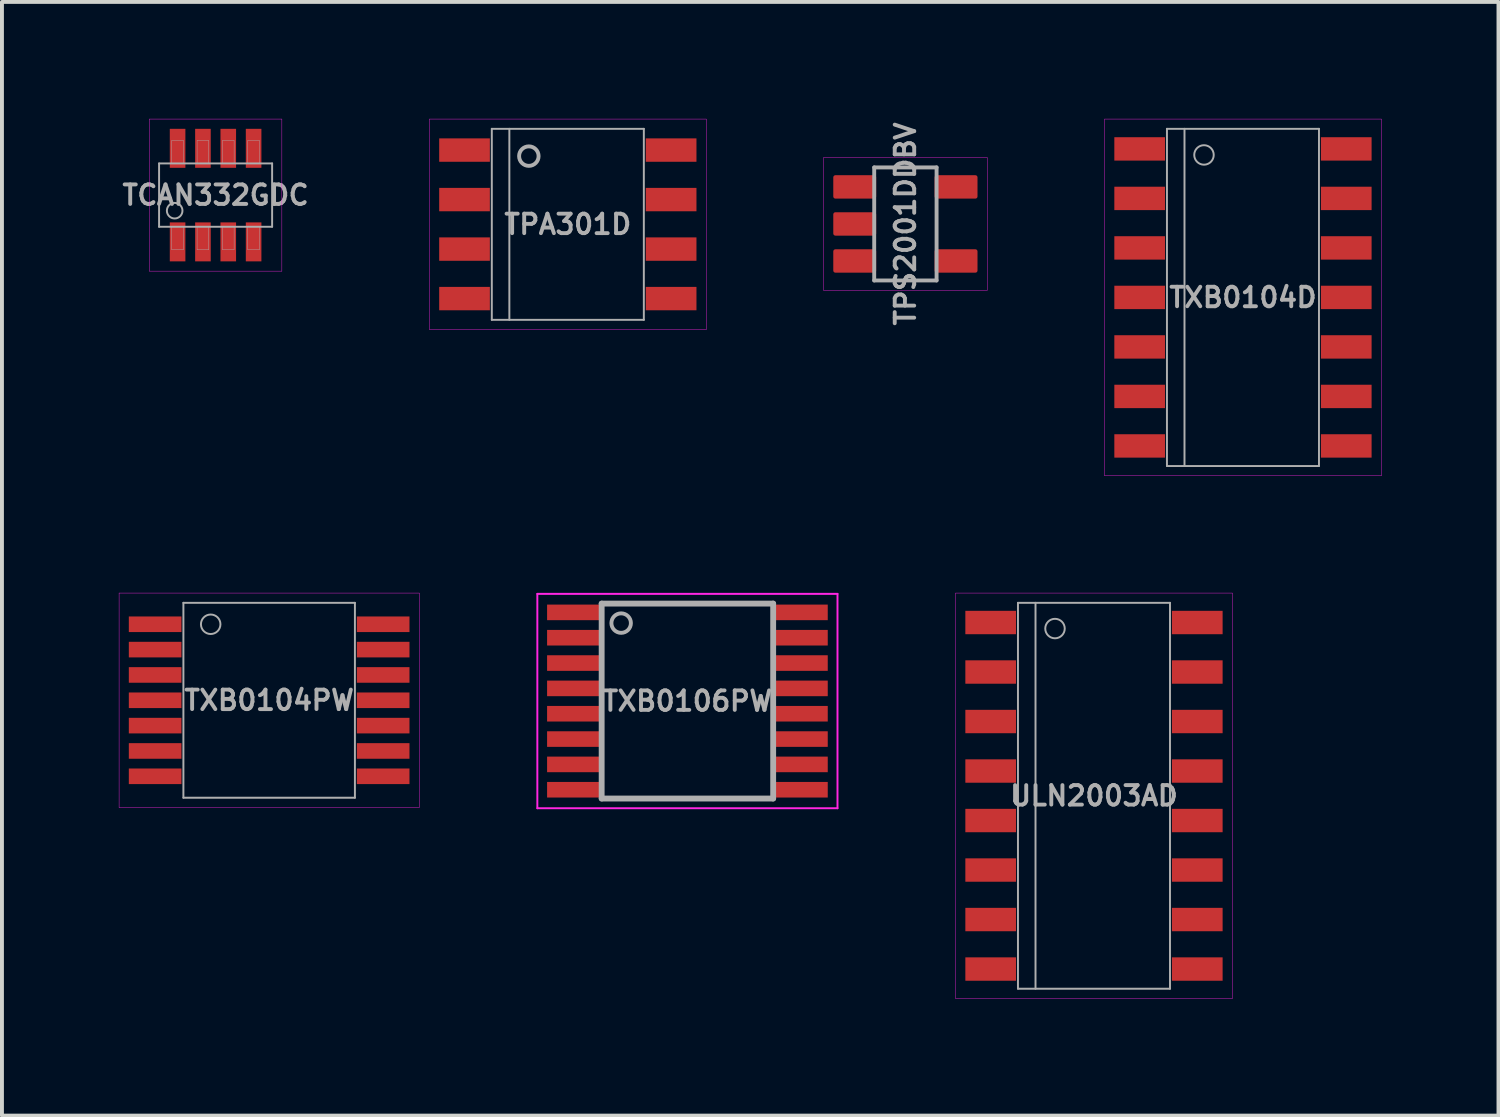
<source format=kicad_pcb>
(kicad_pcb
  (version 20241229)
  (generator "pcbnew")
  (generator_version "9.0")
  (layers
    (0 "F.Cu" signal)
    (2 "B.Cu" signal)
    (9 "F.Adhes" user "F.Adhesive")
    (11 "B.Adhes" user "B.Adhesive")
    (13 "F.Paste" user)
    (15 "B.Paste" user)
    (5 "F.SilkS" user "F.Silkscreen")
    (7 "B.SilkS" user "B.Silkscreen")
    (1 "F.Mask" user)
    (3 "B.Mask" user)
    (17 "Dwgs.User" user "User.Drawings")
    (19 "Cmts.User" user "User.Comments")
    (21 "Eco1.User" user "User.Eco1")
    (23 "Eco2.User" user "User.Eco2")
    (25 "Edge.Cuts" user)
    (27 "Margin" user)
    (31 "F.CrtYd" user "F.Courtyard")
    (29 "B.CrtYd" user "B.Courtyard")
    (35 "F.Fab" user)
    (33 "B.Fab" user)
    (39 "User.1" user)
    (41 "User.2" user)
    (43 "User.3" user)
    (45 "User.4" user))
  (footprint "TXB0106PW"
    (layer "F.Cu")
    (at 14.585 14.935)
    (property "Reference" "TXB0106PW" (at 0 0 0) (layer "F.Fab") (effects (font (size 0.5 0.5) (thickness 0.1))))
    (attr smd)
    (fp_line (start -3.85 -2.75) (end -3.85 2.75) (stroke (width 0.05) (type solid)) (layer "F.CrtYd"))
    (fp_line (start -3.85 -2.75) (end 3.85 -2.75) (stroke (width 0.05) (type solid)) (layer "F.CrtYd"))
    (fp_line (start -3.85 2.75) (end 3.85 2.75) (stroke (width 0.05) (type solid)) (layer "F.CrtYd"))
    (fp_line (start 3.85 -2.75) (end 3.85 2.75) (stroke (width 0.05) (type solid)) (layer "F.CrtYd"))
    (fp_line (start -2.2 -2.5) (end 2.2 -2.5) (stroke (width 0.15) (type solid)) (layer "F.Fab"))
    (fp_line (start -2.2 2.5) (end -2.2 -2.5) (stroke (width 0.15) (type solid)) (layer "F.Fab"))
    (fp_line (start 2.2 -2.5) (end 2.2 2.5) (stroke (width 0.15) (type solid)) (layer "F.Fab"))
    (fp_line (start 2.2 2.5) (end -2.2 2.5) (stroke (width 0.15) (type solid)) (layer "F.Fab"))
    (fp_circle (center -1.7 -2) (end -1.45 -2) (stroke (width 0.1) (type solid)) (fill no) (layer "F.Fab"))
    (pad "1" smd rect (at -2.925 -2.275) (size 1.35 0.4) (layers "F.Cu" "F.Mask" "F.Paste"))
    (pad "2" smd rect (at -2.925 -1.625) (size 1.35 0.4) (layers "F.Cu" "F.Mask" "F.Paste"))
    (pad "3" smd rect (at -2.925 -0.975) (size 1.35 0.4) (layers "F.Cu" "F.Mask" "F.Paste"))
    (pad "4" smd rect (at -2.925 -0.325) (size 1.35 0.4) (layers "F.Cu" "F.Mask" "F.Paste"))
    (pad "5" smd rect (at -2.925 0.325) (size 1.35 0.4) (layers "F.Cu" "F.Mask" "F.Paste"))
    (pad "6" smd rect (at -2.925 0.975) (size 1.35 0.4) (layers "F.Cu" "F.Mask" "F.Paste"))
    (pad "7" smd rect (at -2.925 1.625) (size 1.35 0.4) (layers "F.Cu" "F.Mask" "F.Paste"))
    (pad "8" smd rect (at -2.925 2.275) (size 1.35 0.4) (layers "F.Cu" "F.Mask" "F.Paste"))
    (pad "9" smd rect (at 2.925 2.275) (size 1.35 0.4) (layers "F.Cu" "F.Mask" "F.Paste"))
    (pad "10" smd rect (at 2.925 1.625) (size 1.35 0.4) (layers "F.Cu" "F.Mask" "F.Paste"))
    (pad "11" smd rect (at 2.925 0.975) (size 1.35 0.4) (layers "F.Cu" "F.Mask" "F.Paste"))
    (pad "12" smd rect (at 2.925 0.325) (size 1.35 0.4) (layers "F.Cu" "F.Mask" "F.Paste"))
    (pad "13" smd rect (at 2.925 -0.325) (size 1.35 0.4) (layers "F.Cu" "F.Mask" "F.Paste"))
    (pad "14" smd rect (at 2.925 -0.975) (size 1.35 0.4) (layers "F.Cu" "F.Mask" "F.Paste"))
    (pad "15" smd rect (at 2.925 -1.625) (size 1.35 0.4) (layers "F.Cu" "F.Mask" "F.Paste"))
    (pad "16" smd rect (at 2.925 -2.275) (size 1.35 0.4) (layers "F.Cu" "F.Mask" "F.Paste")))
  (footprint "TXB0104D"
    (layer "F.Cu")
    (at 28.837 4.58)
    (property "Reference" "TXB0104D" (at 0 0 0) (layer "F.Fab") (effects (font (size 0.5 0.5) (thickness 0.1))))
    (attr through_hole)
    (fp_line (start -3.55 -4.575) (end 3.55 -4.575) (stroke (width 0.01) (type solid)) (layer "F.CrtYd"))
    (fp_line (start -3.55 4.575) (end -3.55 -4.575) (stroke (width 0.01) (type solid)) (layer "F.CrtYd"))
    (fp_line (start 3.55 -4.575) (end 3.55 4.575) (stroke (width 0.01) (type solid)) (layer "F.CrtYd"))
    (fp_line (start 3.55 4.575) (end -3.55 4.575) (stroke (width 0.01) (type solid)) (layer "F.CrtYd"))
    (fp_line (start -1.95 -4.325) (end 1.95 -4.325) (stroke (width 0.05) (type solid)) (layer "F.Fab"))
    (fp_line (start -1.95 4.325) (end -1.95 -4.325) (stroke (width 0.05) (type solid)) (layer "F.Fab"))
    (fp_line (start -1.5 -4.325) (end -1.5 4.325) (stroke (width 0.05) (type solid)) (layer "F.Fab"))
    (fp_line (start 1.95 -4.325) (end 1.95 4.325) (stroke (width 0.05) (type solid)) (layer "F.Fab"))
    (fp_line (start 1.95 4.325) (end -1.95 4.325) (stroke (width 0.05) (type solid)) (layer "F.Fab"))
    (fp_circle (center -1 -3.655) (end -0.75 -3.655) (stroke (width 0.05) (type solid)) (fill no) (layer "F.Fab"))
    (pad "1" smd rect (at -2.65 -3.81) (size 1.3 0.6) (layers "F.Cu" "F.Mask" "F.Paste"))
    (pad "2" smd rect (at -2.65 -2.54) (size 1.3 0.6) (layers "F.Cu" "F.Mask" "F.Paste"))
    (pad "3" smd rect (at -2.65 -1.27) (size 1.3 0.6) (layers "F.Cu" "F.Mask" "F.Paste"))
    (pad "4" smd rect (at -2.65 0) (size 1.3 0.6) (layers "F.Cu" "F.Mask" "F.Paste"))
    (pad "5" smd rect (at -2.65 1.27) (size 1.3 0.6) (layers "F.Cu" "F.Mask" "F.Paste"))
    (pad "6" smd rect (at -2.65 2.54) (size 1.3 0.6) (layers "F.Cu" "F.Mask" "F.Paste"))
    (pad "7" smd rect (at -2.65 3.81) (size 1.3 0.6) (layers "F.Cu" "F.Mask" "F.Paste"))
    (pad "8" smd rect (at 2.65 3.81) (size 1.3 0.6) (layers "F.Cu" "F.Mask" "F.Paste"))
    (pad "9" smd rect (at 2.65 2.54) (size 1.3 0.6) (layers "F.Cu" "F.Mask" "F.Paste"))
    (pad "10" smd rect (at 2.65 1.27) (size 1.3 0.6) (layers "F.Cu" "F.Mask" "F.Paste"))
    (pad "11" smd rect (at 2.65 0) (size 1.3 0.6) (layers "F.Cu" "F.Mask" "F.Paste"))
    (pad "12" smd rect (at 2.65 -1.27) (size 1.3 0.6) (layers "F.Cu" "F.Mask" "F.Paste"))
    (pad "13" smd rect (at 2.65 -2.54) (size 1.3 0.6) (layers "F.Cu" "F.Mask" "F.Paste"))
    (pad "14" smd rect (at 2.65 -3.81) (size 1.3 0.6) (layers "F.Cu" "F.Mask" "F.Paste")))
  (footprint "TXB0104PW"
    (layer "F.Cu")
    (at 3.855 14.915)
    (property "Reference" "TXB0104PW" (at 0 0 0) (layer "F.Fab") (effects (font (size 0.5 0.5) (thickness 0.1))))
    (attr smd)
    (fp_line (start -3.85 -2.75) (end -3.85 2.75) (stroke (width 0.01) (type solid)) (layer "F.CrtYd"))
    (fp_line (start -3.85 -2.75) (end 3.85 -2.75) (stroke (width 0.01) (type solid)) (layer "F.CrtYd"))
    (fp_line (start -3.85 2.75) (end 3.85 2.75) (stroke (width 0.01) (type solid)) (layer "F.CrtYd"))
    (fp_line (start 3.85 -2.75) (end 3.85 2.75) (stroke (width 0.01) (type solid)) (layer "F.CrtYd"))
    (fp_line (start -2.2 -2.5) (end 2.2 -2.5) (stroke (width 0.05) (type solid)) (layer "F.Fab"))
    (fp_line (start -2.2 2.5) (end -2.2 -2.5) (stroke (width 0.05) (type solid)) (layer "F.Fab"))
    (fp_line (start 2.2 -2.5) (end 2.2 2.5) (stroke (width 0.05) (type solid)) (layer "F.Fab"))
    (fp_line (start 2.2 2.5) (end -2.2 2.5) (stroke (width 0.05) (type solid)) (layer "F.Fab"))
    (fp_circle (center -1.5 -1.95) (end -1.25 -1.95) (stroke (width 0.05) (type solid)) (fill no) (layer "F.Fab"))
    (pad "1" smd rect (at -2.925 -1.95) (size 1.35 0.4) (layers "F.Cu" "F.Mask" "F.Paste"))
    (pad "2" smd rect (at -2.925 -1.3) (size 1.35 0.4) (layers "F.Cu" "F.Mask" "F.Paste"))
    (pad "3" smd rect (at -2.925 -0.65) (size 1.35 0.4) (layers "F.Cu" "F.Mask" "F.Paste"))
    (pad "4" smd rect (at -2.925 0) (size 1.35 0.4) (layers "F.Cu" "F.Mask" "F.Paste"))
    (pad "5" smd rect (at -2.925 0.65) (size 1.35 0.4) (layers "F.Cu" "F.Mask" "F.Paste"))
    (pad "6" smd rect (at -2.925 1.3) (size 1.35 0.4) (layers "F.Cu" "F.Mask" "F.Paste"))
    (pad "7" smd rect (at -2.925 1.95) (size 1.35 0.4) (layers "F.Cu" "F.Mask" "F.Paste"))
    (pad "8" smd rect (at 2.925 1.95) (size 1.35 0.4) (layers "F.Cu" "F.Mask" "F.Paste"))
    (pad "9" smd rect (at 2.925 1.3) (size 1.35 0.4) (layers "F.Cu" "F.Mask" "F.Paste"))
    (pad "10" smd rect (at 2.925 0.65) (size 1.35 0.4) (layers "F.Cu" "F.Mask" "F.Paste"))
    (pad "11" smd rect (at 2.925 0) (size 1.35 0.4) (layers "F.Cu" "F.Mask" "F.Paste"))
    (pad "12" smd rect (at 2.925 -0.65) (size 1.35 0.4) (layers "F.Cu" "F.Mask" "F.Paste"))
    (pad "13" smd rect (at 2.925 -1.3) (size 1.35 0.4) (layers "F.Cu" "F.Mask" "F.Paste"))
    (pad "14" smd rect (at 2.925 -1.95) (size 1.35 0.4) (layers "F.Cu" "F.Mask" "F.Paste")))
  (footprint "TPA301D"
    (layer "F.Cu")
    (at 11.517 2.705)
    (property "Reference" "TPA301D" (at 0 0 0) (layer "F.Fab") (effects (font (size 0.5 0.5) (thickness 0.1))))
    (attr smd)
    (fp_line (start -3.55 -2.7) (end 3.55 -2.7) (stroke (width 0.01) (type solid)) (layer "F.CrtYd"))
    (fp_line (start -3.55 2.7) (end -3.55 -2.7) (stroke (width 0.01) (type solid)) (layer "F.CrtYd"))
    (fp_line (start 3.55 -2.7) (end 3.55 2.7) (stroke (width 0.01) (type solid)) (layer "F.CrtYd"))
    (fp_line (start 3.55 2.7) (end -3.55 2.7) (stroke (width 0.01) (type solid)) (layer "F.CrtYd"))
    (fp_line (start -1.95 -2.45) (end 1.95 -2.45) (stroke (width 0.05) (type solid)) (layer "F.Fab"))
    (fp_line (start -1.95 2.45) (end -1.95 -2.45) (stroke (width 0.05) (type solid)) (layer "F.Fab"))
    (fp_line (start -1.5 -2.45) (end -1.5 2.45) (stroke (width 0.05) (type solid)) (layer "F.Fab"))
    (fp_line (start 1.95 -2.45) (end 1.95 2.45) (stroke (width 0.05) (type solid)) (layer "F.Fab"))
    (fp_line (start 1.95 2.45) (end -1.95 2.45) (stroke (width 0.05) (type solid)) (layer "F.Fab"))
    (fp_circle (center -1 -1.75) (end -1 -1.5) (stroke (width 0.1) (type solid)) (fill no) (layer "F.Fab"))
    (pad "1" smd rect (at -2.65 -1.905) (size 1.3 0.6) (layers "F.Cu" "F.Mask" "F.Paste"))
    (pad "2" smd rect (at -2.65 -0.635) (size 1.3 0.6) (layers "F.Cu" "F.Mask" "F.Paste"))
    (pad "3" smd rect (at -2.65 0.635) (size 1.3 0.6) (layers "F.Cu" "F.Mask" "F.Paste"))
    (pad "4" smd rect (at -2.65 1.905) (size 1.3 0.6) (layers "F.Cu" "F.Mask" "F.Paste"))
    (pad "5" smd rect (at 2.65 1.905) (size 1.3 0.6) (layers "F.Cu" "F.Mask" "F.Paste"))
    (pad "6" smd rect (at 2.65 0.635) (size 1.3 0.6) (layers "F.Cu" "F.Mask" "F.Paste"))
    (pad "7" smd rect (at 2.65 -0.635) (size 1.3 0.6) (layers "F.Cu" "F.Mask" "F.Paste"))
    (pad "8" smd rect (at 2.65 -1.905) (size 1.3 0.6) (layers "F.Cu" "F.Mask" "F.Paste")))
  (footprint "ULN2003AD"
    (layer "F.Cu")
    (at 25.015 17.365)
    (property "Reference" "ULN2003AD" (at 0 0 0) (layer "F.Fab") (effects (font (size 0.5 0.5) (thickness 0.1))))
    (attr smd)
    (fp_line (start -3.55 -5.2) (end 3.55 -5.2) (stroke (width 0.01) (type solid)) (layer "F.CrtYd"))
    (fp_line (start -3.55 5.2) (end -3.55 -5.2) (stroke (width 0.01) (type solid)) (layer "F.CrtYd"))
    (fp_line (start 3.55 -5.2) (end 3.55 5.2) (stroke (width 0.01) (type solid)) (layer "F.CrtYd"))
    (fp_line (start 3.55 5.2) (end -3.55 5.2) (stroke (width 0.01) (type solid)) (layer "F.CrtYd"))
    (fp_line (start -1.95 -4.95) (end 1.95 -4.95) (stroke (width 0.05) (type solid)) (layer "F.Fab"))
    (fp_line (start -1.95 4.95) (end -1.95 -4.95) (stroke (width 0.05) (type solid)) (layer "F.Fab"))
    (fp_line (start -1.5 -4.95) (end -1.5 4.95) (stroke (width 0.05) (type solid)) (layer "F.Fab"))
    (fp_line (start 1.95 -4.95) (end 1.95 4.95) (stroke (width 0.05) (type solid)) (layer "F.Fab"))
    (fp_line (start 1.95 4.95) (end -1.95 4.95) (stroke (width 0.05) (type solid)) (layer "F.Fab"))
    (fp_circle (center -1 -4.29) (end -0.75 -4.29) (stroke (width 0.05) (type solid)) (fill no) (layer "F.Fab"))
    (pad "1" smd rect (at -2.65 -4.445) (size 1.3 0.6) (layers "F.Cu" "F.Mask" "F.Paste"))
    (pad "2" smd rect (at -2.65 -3.175) (size 1.3 0.6) (layers "F.Cu" "F.Mask" "F.Paste"))
    (pad "3" smd rect (at -2.65 -1.905) (size 1.3 0.6) (layers "F.Cu" "F.Mask" "F.Paste"))
    (pad "4" smd rect (at -2.65 -0.635) (size 1.3 0.6) (layers "F.Cu" "F.Mask" "F.Paste"))
    (pad "5" smd rect (at -2.65 0.635) (size 1.3 0.6) (layers "F.Cu" "F.Mask" "F.Paste"))
    (pad "6" smd rect (at -2.65 1.905) (size 1.3 0.6) (layers "F.Cu" "F.Mask" "F.Paste"))
    (pad "7" smd rect (at -2.65 3.175) (size 1.3 0.6) (layers "F.Cu" "F.Mask" "F.Paste"))
    (pad "8" smd rect (at -2.65 4.445) (size 1.3 0.6) (layers "F.Cu" "F.Mask" "F.Paste"))
    (pad "9" smd rect (at 2.65 4.445) (size 1.3 0.6) (layers "F.Cu" "F.Mask" "F.Paste"))
    (pad "10" smd rect (at 2.65 3.175) (size 1.3 0.6) (layers "F.Cu" "F.Mask" "F.Paste"))
    (pad "11" smd rect (at 2.65 1.905) (size 1.3 0.6) (layers "F.Cu" "F.Mask" "F.Paste"))
    (pad "12" smd rect (at 2.65 0.635) (size 1.3 0.6) (layers "F.Cu" "F.Mask" "F.Paste"))
    (pad "13" smd rect (at 2.65 -0.635) (size 1.3 0.6) (layers "F.Cu" "F.Mask" "F.Paste"))
    (pad "14" smd rect (at 2.65 -1.905) (size 1.3 0.6) (layers "F.Cu" "F.Mask" "F.Paste"))
    (pad "15" smd rect (at 2.65 -3.175) (size 1.3 0.6) (layers "F.Cu" "F.Mask" "F.Paste"))
    (pad "16" smd rect (at 2.65 -4.445) (size 1.3 0.6) (layers "F.Cu" "F.Mask" "F.Paste")))
  (footprint "TPS2001DDBV"
    (layer "F.Cu")
    (at 20.177 2.695)
    (property "Reference" "TPS2001DDBV" (at 0 0 90) (layer "F.Fab") (effects (font (size 0.5 0.5) (thickness 0.1))))
    (attr smd)
    (fp_line (start -2.1 -1.7) (end 2.1 -1.7) (stroke (width 0.01) (type solid)) (layer "F.CrtYd"))
    (fp_line (start -2.1 1.7) (end -2.1 -1.7) (stroke (width 0.01) (type solid)) (layer "F.CrtYd"))
    (fp_line (start 2.1 -1.7) (end 2.1 1.7) (stroke (width 0.01) (type solid)) (layer "F.CrtYd"))
    (fp_line (start 2.1 1.7) (end -2.1 1.7) (stroke (width 0.01) (type solid)) (layer "F.CrtYd"))
    (fp_line (start -0.8 -1.45) (end -0.8 1.45) (stroke (width 0.1) (type solid)) (layer "F.Fab"))
    (fp_line (start 0.8 -1.45) (end -0.8 -1.45) (stroke (width 0.1) (type solid)) (layer "F.Fab"))
    (fp_line (start 0.8 -1.45) (end 0.8 1.45) (stroke (width 0.1) (type solid)) (layer "F.Fab"))
    (fp_line (start 0.8 1.45) (end -0.8 1.45) (stroke (width 0.1) (type solid)) (layer "F.Fab"))
    (pad "1" smd roundrect (at -1.3 -0.95) (size 1.1 0.6) (layers "F.Cu" "F.Mask" "F.Paste") (roundrect_rratio 0.09))
    (pad "2" smd roundrect (at -1.3 0) (size 1.1 0.6) (layers "F.Cu" "F.Mask" "F.Paste") (roundrect_rratio 0.09))
    (pad "3" smd roundrect (at -1.3 0.95) (size 1.1 0.6) (layers "F.Cu" "F.Mask" "F.Paste") (roundrect_rratio 0.09))
    (pad "4" smd roundrect (at 1.3 0.95) (size 1.1 0.6) (layers "F.Cu" "F.Mask" "F.Paste") (roundrect_rratio 0.09))
    (pad "5" smd roundrect (at 1.3 -0.95) (size 1.1 0.6) (layers "F.Cu" "F.Mask" "F.Paste") (roundrect_rratio 0.09)))
  (footprint "TCAN332GDC"
    (layer "F.Cu")
    (at 2.481 1.955)
    (property "Reference" "TCAN332GDC" (at 0 0 180) (layer "F.Fab") (effects (font (size 0.5 0.5) (thickness 0.1))))
    (attr smd)
    (fp_line (start -1.7 -1.95) (end -1.7 1.95) (stroke (width 0.01) (type solid)) (layer "F.CrtYd"))
    (fp_line (start -1.7 1.95) (end 1.7 1.95) (stroke (width 0.01) (type solid)) (layer "F.CrtYd"))
    (fp_line (start 1.7 -1.95) (end -1.7 -1.95) (stroke (width 0.01) (type solid)) (layer "F.CrtYd"))
    (fp_line (start 1.7 1.95) (end 1.7 -1.95) (stroke (width 0.01) (type solid)) (layer "F.CrtYd"))
    (fp_line (start -1.45 -0.812) (end -1.45 0.812) (stroke (width 0.05) (type solid)) (layer "F.Fab"))
    (fp_line (start -1.45 -0.812) (end 1.45 -0.812) (stroke (width 0.05) (type solid)) (layer "F.Fab"))
    (fp_line (start -1.45 0.812) (end 1.45 0.812) (stroke (width 0.05) (type solid)) (layer "F.Fab"))
    (fp_line (start -1.125 -1.4) (end -1.125 -0.8) (stroke (width 0.01) (type solid)) (layer "F.Fab"))
    (fp_line (start -1.125 0.8) (end -1.125 1.4) (stroke (width 0.01) (type solid)) (layer "F.Fab"))
    (fp_line (start -1.125 1.4) (end -0.825 1.4) (stroke (width 0.01) (type solid)) (layer "F.Fab"))
    (fp_line (start -0.825 -1.4) (end -1.125 -1.4) (stroke (width 0.01) (type solid)) (layer "F.Fab"))
    (fp_line (start -0.825 -0.8) (end -0.825 -1.4) (stroke (width 0.01) (type solid)) (layer "F.Fab"))
    (fp_line (start -0.825 1.4) (end -0.825 0.8) (stroke (width 0.01) (type solid)) (layer "F.Fab"))
    (fp_line (start -0.475 -1.4) (end -0.475 -0.8) (stroke (width 0.01) (type solid)) (layer "F.Fab"))
    (fp_line (start -0.475 0.8) (end -0.475 1.4) (stroke (width 0.01) (type solid)) (layer "F.Fab"))
    (fp_line (start -0.475 1.4) (end -0.175 1.4) (stroke (width 0.01) (type solid)) (layer "F.Fab"))
    (fp_line (start -0.175 -1.4) (end -0.475 -1.4) (stroke (width 0.01) (type solid)) (layer "F.Fab"))
    (fp_line (start -0.175 -0.8) (end -0.175 -1.4) (stroke (width 0.01) (type solid)) (layer "F.Fab"))
    (fp_line (start -0.175 1.4) (end -0.175 0.8) (stroke (width 0.01) (type solid)) (layer "F.Fab"))
    (fp_line (start 0.175 -1.4) (end 0.175 -0.8) (stroke (width 0.01) (type solid)) (layer "F.Fab"))
    (fp_line (start 0.175 0.8) (end 0.175 1.4) (stroke (width 0.01) (type solid)) (layer "F.Fab"))
    (fp_line (start 0.175 1.4) (end 0.475 1.4) (stroke (width 0.01) (type solid)) (layer "F.Fab"))
    (fp_line (start 0.475 -1.4) (end 0.175 -1.4) (stroke (width 0.01) (type solid)) (layer "F.Fab"))
    (fp_line (start 0.475 -0.8) (end 0.475 -1.4) (stroke (width 0.01) (type solid)) (layer "F.Fab"))
    (fp_line (start 0.475 1.4) (end 0.475 0.8) (stroke (width 0.01) (type solid)) (layer "F.Fab"))
    (fp_line (start 0.825 -1.4) (end 0.825 -0.8) (stroke (width 0.01) (type solid)) (layer "F.Fab"))
    (fp_line (start 0.825 0.8) (end 0.825 1.4) (stroke (width 0.01) (type solid)) (layer "F.Fab"))
    (fp_line (start 0.825 1.4) (end 1.125 1.4) (stroke (width 0.01) (type solid)) (layer "F.Fab"))
    (fp_line (start 1.125 -1.4) (end 0.825 -1.4) (stroke (width 0.01) (type solid)) (layer "F.Fab"))
    (fp_line (start 1.125 -0.8) (end 1.125 -1.4) (stroke (width 0.01) (type solid)) (layer "F.Fab"))
    (fp_line (start 1.125 1.4) (end 1.125 0.8) (stroke (width 0.01) (type solid)) (layer "F.Fab"))
    (fp_line (start 1.45 -0.812) (end 1.45 0.812) (stroke (width 0.05) (type solid)) (layer "F.Fab"))
    (fp_circle (center -1.05 0.4) (end -0.85 0.4) (stroke (width 0.05) (type solid)) (fill no) (layer "F.Fab"))
    (pad "1" smd rect (at -0.975 1.2 90) (size 1 0.4) (layers "F.Cu" "F.Mask" "F.Paste"))
    (pad "2" smd rect (at -0.325 1.2 90) (size 1 0.4) (layers "F.Cu" "F.Mask" "F.Paste"))
    (pad "3" smd rect (at 0.325 1.2 90) (size 1 0.4) (layers "F.Cu" "F.Mask" "F.Paste"))
    (pad "4" smd rect (at 0.975 1.2 90) (size 1 0.4) (layers "F.Cu" "F.Mask" "F.Paste"))
    (pad "5" smd rect (at 0.975 -1.2 90) (size 1 0.4) (layers "F.Cu" "F.Mask" "F.Paste"))
    (pad "6" smd rect (at 0.325 -1.2 90) (size 1 0.4) (layers "F.Cu" "F.Mask" "F.Paste"))
    (pad "7" smd rect (at -0.325 -1.2 90) (size 1 0.4) (layers "F.Cu" "F.Mask" "F.Paste"))
    (pad "8" smd rect (at -0.975 -1.2 90) (size 1 0.4) (layers "F.Cu" "F.Mask" "F.Paste")))
  (gr_rect
    (start -3 -3)
    (end 35.392 25.57)
    (stroke (width 0.1) (type default))
    (fill no)
    (layer "Edge.Cuts")))
</source>
